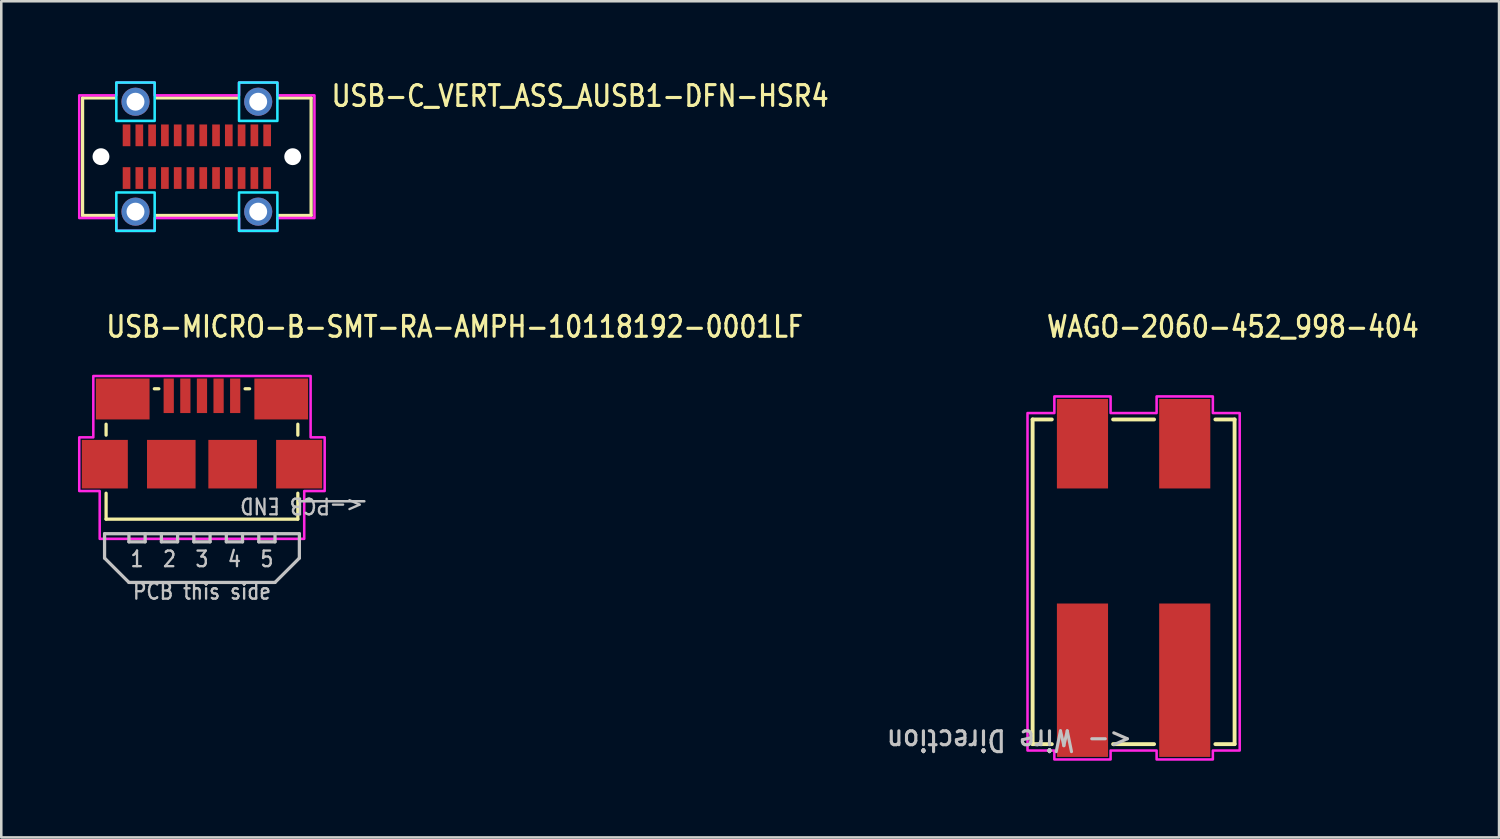
<source format=kicad_pcb>
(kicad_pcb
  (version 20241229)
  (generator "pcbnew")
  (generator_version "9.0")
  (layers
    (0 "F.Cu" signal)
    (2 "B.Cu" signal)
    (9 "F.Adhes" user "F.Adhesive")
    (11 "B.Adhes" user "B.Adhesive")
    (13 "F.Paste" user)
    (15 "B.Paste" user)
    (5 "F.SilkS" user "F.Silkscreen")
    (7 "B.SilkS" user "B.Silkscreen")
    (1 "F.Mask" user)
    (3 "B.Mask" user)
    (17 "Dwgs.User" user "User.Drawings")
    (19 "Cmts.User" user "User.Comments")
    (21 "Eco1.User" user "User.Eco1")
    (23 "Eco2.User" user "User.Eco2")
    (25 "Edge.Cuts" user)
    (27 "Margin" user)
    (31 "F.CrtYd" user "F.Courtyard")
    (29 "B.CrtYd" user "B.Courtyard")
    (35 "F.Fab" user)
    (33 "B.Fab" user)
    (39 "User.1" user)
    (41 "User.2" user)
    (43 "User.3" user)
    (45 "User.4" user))
  (footprint "USB-C_VERT_ASS_AUSB1-DFN-HSR4"
    (layer "F.Cu")
    (at 4.65 3.079)
    (property "Reference" "USB-C_VERT_ASS_AUSB1-DFN-HSR4" (at 5.2 -1.9 0) (unlocked yes) (layer "F.SilkS") (effects (font (size 0.813 0.695) (thickness 0.122)) (justify left bottom)))
    (fp_line (start -4.47 -2.3) (end -4.47 2.3) (stroke (width 0.127) (type solid)) (layer "F.SilkS"))
    (fp_line (start -4.47 2.3) (end -3.2 2.3) (stroke (width 0.127) (type solid)) (layer "F.SilkS"))
    (fp_line (start -3.2 -2.3) (end -4.47 -2.3) (stroke (width 0.127) (type solid)) (layer "F.SilkS"))
    (fp_line (start -1.6 2.3) (end 1.6 2.3) (stroke (width 0.127) (type solid)) (layer "F.SilkS"))
    (fp_line (start 1.6 -2.3) (end -1.6 -2.3) (stroke (width 0.127) (type solid)) (layer "F.SilkS"))
    (fp_line (start 3.2 2.3) (end 4.47 2.3) (stroke (width 0.127) (type solid)) (layer "F.SilkS"))
    (fp_line (start 4.47 -2.3) (end 3.2 -2.3) (stroke (width 0.127) (type solid)) (layer "F.SilkS"))
    (fp_line (start 4.47 2.3) (end 4.47 -2.3) (stroke (width 0.127) (type solid)) (layer "F.SilkS"))
    (fp_poly (pts (xy -3.15 -2.9) (xy -1.65 -2.9) (xy -1.65 -1.4) (xy -3.15 -1.4)) (stroke (width 0.1) (type solid)) (fill no) (layer "B.CrtYd"))
    (fp_poly (pts (xy -3.15 1.4) (xy -1.65 1.4) (xy -1.65 2.9) (xy -3.15 2.9)) (stroke (width 0.1) (type solid)) (fill no) (layer "B.CrtYd"))
    (fp_poly (pts (xy 1.65 -1.4) (xy 3.15 -1.4) (xy 3.15 -2.9) (xy 1.65 -2.9)) (stroke (width 0.1) (type solid)) (fill no) (layer "B.CrtYd"))
    (fp_poly (pts (xy 1.65 1.4) (xy 3.15 1.4) (xy 3.15 2.9) (xy 1.65 2.9)) (stroke (width 0.1) (type solid)) (fill no) (layer "B.CrtYd"))
    (fp_poly (pts (xy -4.6 -2.4) (xy -3.15 -2.4) (xy -3.15 -2.9) (xy -1.65 -2.9) (xy -1.65 -2.4) (xy 1.65 -2.4) (xy 1.65 -2.9) (xy 3.15 -2.9) (xy 3.15 -2.4) (xy 4.6 -2.4) (xy 4.6 2.4) (xy 3.15 2.4) (xy 3.15 2.9) (xy 1.65 2.9) (xy 1.65 2.4) (xy -1.65 2.4) (xy -1.65 2.9) (xy -3.15 2.9) (xy -3.15 2.4) (xy -4.6 2.4)) (stroke (width 0.1) (type solid)) (fill no) (layer "F.CrtYd"))
    (pad "" np_thru_hole circle (at -3.75 0) (size 0.66 0.66) (drill 0.66) (layers "*.Cu" "*.Mask"))
    (pad "" np_thru_hole circle (at 3.75 0) (size 0.66 0.66) (drill 0.66) (layers "*.Cu" "*.Mask"))
    (pad "A$1" smd rect (at -2.75 -0.835) (size 0.3 0.85) (layers "F.Cu" "F.Mask" "F.Paste"))
    (pad "A$2" smd rect (at -2.25 -0.835) (size 0.3 0.85) (layers "F.Cu" "F.Mask" "F.Paste"))
    (pad "A$3" smd rect (at -1.75 -0.835) (size 0.3 0.85) (layers "F.Cu" "F.Mask" "F.Paste"))
    (pad "A$4" smd rect (at -1.25 -0.835) (size 0.3 0.85) (layers "F.Cu" "F.Mask" "F.Paste"))
    (pad "A$5" smd rect (at -0.75 -0.835) (size 0.3 0.85) (layers "F.Cu" "F.Mask" "F.Paste"))
    (pad "A$6" smd rect (at -0.25 -0.835) (size 0.3 0.85) (layers "F.Cu" "F.Mask" "F.Paste"))
    (pad "A$7" smd rect (at 0.25 -0.835) (size 0.3 0.85) (layers "F.Cu" "F.Mask" "F.Paste"))
    (pad "A$8" smd rect (at 0.75 -0.835) (size 0.3 0.85) (layers "F.Cu" "F.Mask" "F.Paste"))
    (pad "A$9" smd rect (at 1.25 -0.835) (size 0.3 0.85) (layers "F.Cu" "F.Mask" "F.Paste"))
    (pad "A$10" smd rect (at 1.75 -0.835) (size 0.3 0.85) (layers "F.Cu" "F.Mask" "F.Paste"))
    (pad "A$11" smd rect (at 2.25 -0.835) (size 0.3 0.85) (layers "F.Cu" "F.Mask" "F.Paste"))
    (pad "A$12" smd rect (at 2.75 -0.835) (size 0.3 0.85) (layers "F.Cu" "F.Mask" "F.Paste"))
    (pad "B$1" smd rect (at 2.75 0.835) (size 0.3 0.85) (layers "F.Cu" "F.Mask" "F.Paste"))
    (pad "B$2" smd rect (at 2.25 0.835) (size 0.3 0.85) (layers "F.Cu" "F.Mask" "F.Paste"))
    (pad "B$3" smd rect (at 1.75 0.835) (size 0.3 0.85) (layers "F.Cu" "F.Mask" "F.Paste"))
    (pad "B$4" smd rect (at 1.25 0.835) (size 0.3 0.85) (layers "F.Cu" "F.Mask" "F.Paste"))
    (pad "B$5" smd rect (at 0.75 0.835) (size 0.3 0.85) (layers "F.Cu" "F.Mask" "F.Paste"))
    (pad "B$6" smd rect (at 0.25 0.835) (size 0.3 0.85) (layers "F.Cu" "F.Mask" "F.Paste"))
    (pad "B$7" smd rect (at -0.25 0.835) (size 0.3 0.85) (layers "F.Cu" "F.Mask" "F.Paste"))
    (pad "B$8" smd rect (at -0.75 0.835) (size 0.3 0.85) (layers "F.Cu" "F.Mask" "F.Paste"))
    (pad "B$9" smd rect (at -1.25 0.835) (size 0.3 0.85) (layers "F.Cu" "F.Mask" "F.Paste"))
    (pad "B$10" smd rect (at -1.75 0.835) (size 0.3 0.85) (layers "F.Cu" "F.Mask" "F.Paste"))
    (pad "B$11" smd rect (at -2.25 0.835) (size 0.3 0.85) (layers "F.Cu" "F.Mask" "F.Paste"))
    (pad "B$12" smd rect (at -2.75 0.835) (size 0.3 0.85) (layers "F.Cu" "F.Mask" "F.Paste"))
    (pad "S$1" thru_hole oval (at -2.4 -2.15) (size 1.1 1.1) (drill 0.7) (layers "*.Cu" "*.Mask"))
    (pad "S$2" thru_hole oval (at 2.4 -2.15) (size 1.1 1.1) (drill 0.7) (layers "*.Cu" "*.Mask"))
    (pad "S$3" thru_hole oval (at -2.4 2.15) (size 1.1 1.1) (drill 0.7) (layers "*.Cu" "*.Mask"))
    (pad "S$4" thru_hole oval (at 2.4 2.15) (size 1.1 1.1) (drill 0.7) (layers "*.Cu" "*.Mask")))
  (footprint "WAGO-2060-452_998-404"
    (layer "F.Cu")
    (at 41.292 19.557)
    (property "Reference" "WAGO-2060-452_998-404" (at -3.46 -9.35 0) (unlocked yes) (layer "F.SilkS") (effects (font (size 0.813 0.695) (thickness 0.122)) (justify left bottom)))
    (fp_line (start -3.95 -6.2) (end -3.199 -6.2) (stroke (width 0.152) (type solid)) (layer "F.SilkS"))
    (fp_line (start -3.95 6.5) (end -3.95 -6.2) (stroke (width 0.152) (type solid)) (layer "F.SilkS"))
    (fp_line (start -3.199 6.5) (end -3.95 6.5) (stroke (width 0.152) (type solid)) (layer "F.SilkS"))
    (fp_line (start -0.801 -6.2) (end 0.801 -6.2) (stroke (width 0.152) (type solid)) (layer "F.SilkS"))
    (fp_line (start 0.801 6.5) (end -0.801 6.5) (stroke (width 0.152) (type solid)) (layer "F.SilkS"))
    (fp_line (start 3.199 -6.2) (end 3.95 -6.2) (stroke (width 0.152) (type solid)) (layer "F.SilkS"))
    (fp_line (start 3.95 -6.2) (end 3.95 6.5) (stroke (width 0.152) (type solid)) (layer "F.SilkS"))
    (fp_line (start 3.95 6.5) (end 3.199 6.5) (stroke (width 0.152) (type solid)) (layer "F.SilkS"))
    (fp_poly (pts (xy -4.15 -6.45) (xy -3.1 -6.45) (xy -3.1 -7.1) (xy -0.9 -7.1) (xy -0.9 -6.45) (xy 0.9 -6.45) (xy 0.9 -7.1) (xy 3.1 -7.1) (xy 3.1 -6.45) (xy 4.15 -6.45) (xy 4.15 6.75) (xy 3.1 6.75) (xy 3.1 7.1) (xy 0.9 7.1) (xy 0.9 6.75) (xy -0.9 6.75) (xy -0.9 7.1) (xy -3.1 7.1) (xy -3.1 6.75) (xy -4.15 6.75)) (stroke (width 0.1) (type solid)) (fill no) (layer "F.CrtYd"))
    (fp_text user "<- Wire Direction" (at -0.000003 6.35 180) (unlocked yes) (layer "Dwgs.User") (effects (font (size 0.813 0.695) (thickness 0.122)) (justify left)))
    (pad "P_1A" smd rect (at -2 4) (size 2 6) (layers "F.Cu" "F.Mask" "F.Paste"))
    (pad "P_1B" smd rect (at -2 -5.25) (size 2 3.5) (layers "F.Cu" "F.Mask" "F.Paste"))
    (pad "P_2A" smd rect (at 2 4) (size 2 6) (layers "F.Cu" "F.Mask" "F.Paste"))
    (pad "P_2B" smd rect (at 2 -5.25) (size 2 3.5) (layers "F.Cu" "F.Mask" "F.Paste")))
  (footprint "USB-MICRO-B-SMT-RA-AMPH-10118192-0001LF"
    (layer "F.Cu")
    (at 4.85 16.557)
    (property "Reference" "USB-MICRO-B-SMT-RA-AMPH-10118192-0001LF" (at -3.81 -6.35 0) (unlocked yes) (layer "F.SilkS") (effects (font (size 0.813 0.695) (thickness 0.122)) (justify left bottom)))
    (fp_line (start -3.75 -3.014) (end -3.75 -2.587) (stroke (width 0.127) (type solid)) (layer "F.SilkS"))
    (fp_line (start -3.75 -0.314) (end -3.75 0.7) (stroke (width 0.127) (type solid)) (layer "F.SilkS"))
    (fp_line (start -3.75 0.7) (end 3.75 0.7) (stroke (width 0.127) (type solid)) (layer "F.SilkS"))
    (fp_line (start -1.863 -4.4) (end -1.687 -4.4) (stroke (width 0.127) (type solid)) (layer "F.SilkS"))
    (fp_line (start 1.687 -4.4) (end 1.863 -4.4) (stroke (width 0.127) (type solid)) (layer "F.SilkS"))
    (fp_line (start 3.75 -3.014) (end 3.75 -2.587) (stroke (width 0.127) (type solid)) (layer "F.SilkS"))
    (fp_line (start 3.75 0.7) (end 3.75 -0.314) (stroke (width 0.127) (type solid)) (layer "F.SilkS"))
    (fp_poly (pts (xy -1.5 -4.625) (xy -1.1 -4.625) (xy -1.1 -3.625) (xy -1.5 -3.625)) (stroke (width 0) (type solid)) (fill yes) (layer "F.Paste"))
    (fp_poly (pts (xy -0.85 -4.625) (xy -0.45 -4.625) (xy -0.45 -3.625) (xy -0.85 -3.625)) (stroke (width 0) (type solid)) (fill yes) (layer "F.Paste"))
    (fp_poly (pts (xy -0.2 -4.625) (xy 0.2 -4.625) (xy 0.2 -3.625) (xy -0.2 -3.625)) (stroke (width 0) (type solid)) (fill yes) (layer "F.Paste"))
    (fp_poly (pts (xy 0.45 -4.625) (xy 0.85 -4.625) (xy 0.85 -3.625) (xy 0.45 -3.625)) (stroke (width 0) (type solid)) (fill yes) (layer "F.Paste"))
    (fp_poly (pts (xy 1.1 -4.625) (xy 1.5 -4.625) (xy 1.5 -3.625) (xy 1.1 -3.625)) (stroke (width 0) (type solid)) (fill yes) (layer "F.Paste"))
    (fp_line (start -3.81 1.27) (end -2.857 1.27) (stroke (width 0.127) (type solid)) (layer "Dwgs.User"))
    (fp_line (start -3.81 2.223) (end -3.81 1.27) (stroke (width 0.127) (type solid)) (layer "Dwgs.User"))
    (fp_line (start -2.857 1.27) (end -2.857 1.587) (stroke (width 0.127) (type solid)) (layer "Dwgs.User"))
    (fp_line (start -2.857 1.27) (end -2.223 1.27) (stroke (width 0.127) (type solid)) (layer "Dwgs.User"))
    (fp_line (start -2.857 1.587) (end -2.223 1.587) (stroke (width 0.127) (type solid)) (layer "Dwgs.User"))
    (fp_line (start -2.857 3.175) (end -3.81 2.223) (stroke (width 0.127) (type solid)) (layer "Dwgs.User"))
    (fp_line (start -2.223 1.27) (end -1.587 1.27) (stroke (width 0.127) (type solid)) (layer "Dwgs.User"))
    (fp_line (start -2.223 1.587) (end -2.223 1.27) (stroke (width 0.127) (type solid)) (layer "Dwgs.User"))
    (fp_line (start -1.587 1.27) (end -1.587 1.587) (stroke (width 0.127) (type solid)) (layer "Dwgs.User"))
    (fp_line (start -1.587 1.27) (end -0.953 1.27) (stroke (width 0.127) (type solid)) (layer "Dwgs.User"))
    (fp_line (start -1.587 1.587) (end -0.953 1.587) (stroke (width 0.127) (type solid)) (layer "Dwgs.User"))
    (fp_line (start -0.953 1.27) (end -0.318 1.27) (stroke (width 0.127) (type solid)) (layer "Dwgs.User"))
    (fp_line (start -0.953 1.587) (end -0.953 1.27) (stroke (width 0.127) (type solid)) (layer "Dwgs.User"))
    (fp_line (start -0.318 1.27) (end -0.318 1.587) (stroke (width 0.127) (type solid)) (layer "Dwgs.User"))
    (fp_line (start -0.318 1.27) (end 0.318 1.27) (stroke (width 0.127) (type solid)) (layer "Dwgs.User"))
    (fp_line (start -0.318 1.587) (end 0.318 1.587) (stroke (width 0.127) (type solid)) (layer "Dwgs.User"))
    (fp_line (start 0.318 1.27) (end 0.953 1.27) (stroke (width 0.127) (type solid)) (layer "Dwgs.User"))
    (fp_line (start 0.318 1.587) (end 0.318 1.27) (stroke (width 0.127) (type solid)) (layer "Dwgs.User"))
    (fp_line (start 0.953 1.27) (end 0.953 1.587) (stroke (width 0.127) (type solid)) (layer "Dwgs.User"))
    (fp_line (start 0.953 1.27) (end 1.587 1.27) (stroke (width 0.127) (type solid)) (layer "Dwgs.User"))
    (fp_line (start 0.953 1.587) (end 1.587 1.587) (stroke (width 0.127) (type solid)) (layer "Dwgs.User"))
    (fp_line (start 1.587 1.27) (end 2.223 1.27) (stroke (width 0.127) (type solid)) (layer "Dwgs.User"))
    (fp_line (start 1.587 1.587) (end 1.587 1.27) (stroke (width 0.127) (type solid)) (layer "Dwgs.User"))
    (fp_line (start 2.223 1.27) (end 2.223 1.587) (stroke (width 0.127) (type solid)) (layer "Dwgs.User"))
    (fp_line (start 2.223 1.27) (end 2.857 1.27) (stroke (width 0.127) (type solid)) (layer "Dwgs.User"))
    (fp_line (start 2.223 1.587) (end 2.857 1.587) (stroke (width 0.127) (type solid)) (layer "Dwgs.User"))
    (fp_line (start 2.857 1.27) (end 3.81 1.27) (stroke (width 0.127) (type solid)) (layer "Dwgs.User"))
    (fp_line (start 2.857 1.587) (end 2.857 1.27) (stroke (width 0.127) (type solid)) (layer "Dwgs.User"))
    (fp_line (start 2.857 3.175) (end -2.857 3.175) (stroke (width 0.127) (type solid)) (layer "Dwgs.User"))
    (fp_line (start 3.81 0) (end 6.35 0) (stroke (width 0.1) (type solid)) (layer "Dwgs.User"))
    (fp_line (start 3.81 1.27) (end 3.81 2.223) (stroke (width 0.127) (type solid)) (layer "Dwgs.User"))
    (fp_line (start 3.81 2.223) (end 2.857 3.175) (stroke (width 0.127) (type solid)) (layer "Dwgs.User"))
    (fp_poly (pts (xy -4.8 -0.4) (xy -4 -0.4) (xy -4 1.47) (xy 4 1.47) (xy 4 -0.4) (xy 4.8 -0.4) (xy 4.8 -2.5) (xy 4.25 -2.5) (xy 4.25 -4.9) (xy -4.25 -4.9) (xy -4.25 -2.5) (xy -4.8 -2.5)) (stroke (width 0.1) (type solid)) (fill no) (layer "F.CrtYd"))
    (fp_text user "2" (at -1.27 1.905 0) (unlocked yes) (layer "Dwgs.User") (effects (font (size 0.61 0.521) (thickness 0.091)) (justify top)))
    (fp_text user "PCB this side" (at 0 3.175 0) (unlocked yes) (layer "Dwgs.User") (effects (font (size 0.61 0.521) (thickness 0.091)) (justify top)))
    (fp_text user "<-PCB END" (at 6.35 -0.18 180) (unlocked yes) (layer "Dwgs.User") (effects (font (size 0.61 0.521) (thickness 0.091)) (justify left bottom)))
    (fp_text user "3" (at 0 1.905 0) (unlocked yes) (layer "Dwgs.User") (effects (font (size 0.61 0.521) (thickness 0.091)) (justify top)))
    (fp_text user "4" (at 1.27 1.905 0) (unlocked yes) (layer "Dwgs.User") (effects (font (size 0.61 0.521) (thickness 0.091)) (justify top)))
    (fp_text user "1" (at -2.54 1.905 0) (unlocked yes) (layer "Dwgs.User") (effects (font (size 0.61 0.521) (thickness 0.091)) (justify top)))
    (fp_text user "5" (at 2.54 1.905 0) (unlocked yes) (layer "Dwgs.User") (effects (font (size 0.61 0.521) (thickness 0.091)) (justify top)))
    (pad "1" smd rect (at -1.3 -4.125) (size 0.4 1.35) (layers "F.Cu" "F.Mask"))
    (pad "2" smd rect (at -0.65 -4.125) (size 0.4 1.35) (layers "F.Cu" "F.Mask"))
    (pad "3" smd rect (at 0 -4.125) (size 0.4 1.35) (layers "F.Cu" "F.Mask"))
    (pad "4" smd rect (at 0.65 -4.125) (size 0.4 1.35) (layers "F.Cu" "F.Mask"))
    (pad "5" smd rect (at 1.3 -4.125) (size 0.4 1.35) (layers "F.Cu" "F.Mask"))
    (pad "SHELL1" smd rect (at -3.1 -4) (size 2.1 1.6) (layers "F.Cu" "F.Mask" "F.Paste"))
    (pad "SHELL2" smd rect (at 3.1 -4) (size 2.1 1.6) (layers "F.Cu" "F.Mask" "F.Paste"))
    (pad "SHELL3" smd rect (at 3.8 -1.45) (size 1.8 1.9) (layers "F.Cu" "F.Mask" "F.Paste"))
    (pad "SHELL4" smd rect (at 1.2 -1.45) (size 1.9 1.9) (layers "F.Cu" "F.Mask" "F.Paste"))
    (pad "SHELL5" smd rect (at -1.2 -1.45) (size 1.9 1.9) (layers "F.Cu" "F.Mask" "F.Paste"))
    (pad "SHELL6" smd rect (at -3.8 -1.45) (size 1.8 1.9) (layers "F.Cu" "F.Mask" "F.Paste")))
  (gr_rect
    (start -3 -3)
    (end 55.587 29.707)
    (stroke (width 0.1) (type default))
    (fill no)
    (layer "Edge.Cuts")))
</source>
